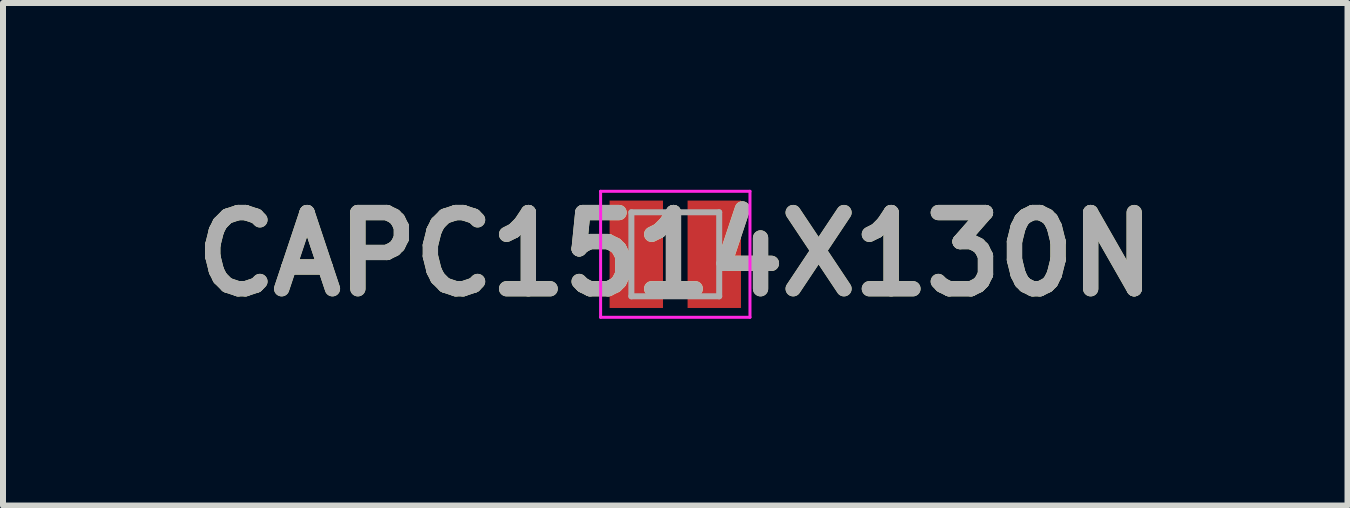
<source format=kicad_pcb>
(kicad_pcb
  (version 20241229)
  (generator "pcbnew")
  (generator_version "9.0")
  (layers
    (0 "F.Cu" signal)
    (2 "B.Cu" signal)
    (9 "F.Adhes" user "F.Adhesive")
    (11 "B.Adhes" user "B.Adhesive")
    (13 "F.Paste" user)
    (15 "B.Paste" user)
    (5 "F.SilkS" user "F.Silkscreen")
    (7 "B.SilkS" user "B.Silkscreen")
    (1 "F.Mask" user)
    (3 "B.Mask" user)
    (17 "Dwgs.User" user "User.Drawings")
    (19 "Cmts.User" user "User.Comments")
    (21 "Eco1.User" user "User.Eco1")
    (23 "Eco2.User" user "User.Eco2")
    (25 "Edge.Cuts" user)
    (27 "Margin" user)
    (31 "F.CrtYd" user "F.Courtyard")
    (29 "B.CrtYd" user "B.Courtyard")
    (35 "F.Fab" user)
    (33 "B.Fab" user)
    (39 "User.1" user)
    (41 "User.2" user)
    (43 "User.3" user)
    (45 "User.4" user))
  (footprint "CAPC1514X130N"
    (layer "F.Cu")
    (at 8.207 1.189)
    (property "Reference" "CAPC1514X130N" (at 0 0 0) (layer "F.SilkS") (effects (font (size 1.27 1.27) (thickness 0.254))))
    (attr smd)
    (fp_line (start -1.245 -1.05) (end 1.245 -1.05) (stroke (width 0.05) (type solid)) (layer "F.CrtYd"))
    (fp_line (start -1.245 1.05) (end -1.245 -1.05) (stroke (width 0.05) (type solid)) (layer "F.CrtYd"))
    (fp_line (start 1.245 -1.05) (end 1.245 1.05) (stroke (width 0.05) (type solid)) (layer "F.CrtYd"))
    (fp_line (start 1.245 1.05) (end -1.245 1.05) (stroke (width 0.05) (type solid)) (layer "F.CrtYd"))
    (fp_line (start -0.732 -0.7) (end 0.732 -0.7) (stroke (width 0.1) (type solid)) (layer "F.Fab"))
    (fp_line (start -0.732 0.7) (end -0.732 -0.7) (stroke (width 0.1) (type solid)) (layer "F.Fab"))
    (fp_line (start 0.732 -0.7) (end 0.732 0.7) (stroke (width 0.1) (type solid)) (layer "F.Fab"))
    (fp_line (start 0.732 0.7) (end -0.732 0.7) (stroke (width 0.1) (type solid)) (layer "F.Fab"))
    (fp_text user "${REFERENCE}" (at 0 0 0) (layer "F.Fab") (effects (font (size 1.27 1.27) (thickness 0.254))))
    (pad "1" smd rect (at -0.65 0) (size 0.89 1.79) (layers "F.Cu" "F.Mask" "F.Paste"))
    (pad "2" smd rect (at 0.65 0) (size 0.89 1.79) (layers "F.Cu" "F.Mask" "F.Paste")))
  (gr_rect
    (start -3 -3)
    (end 19.413 5.377)
    (stroke (width 0.1) (type default))
    (fill no)
    (layer "Edge.Cuts")))
</source>
